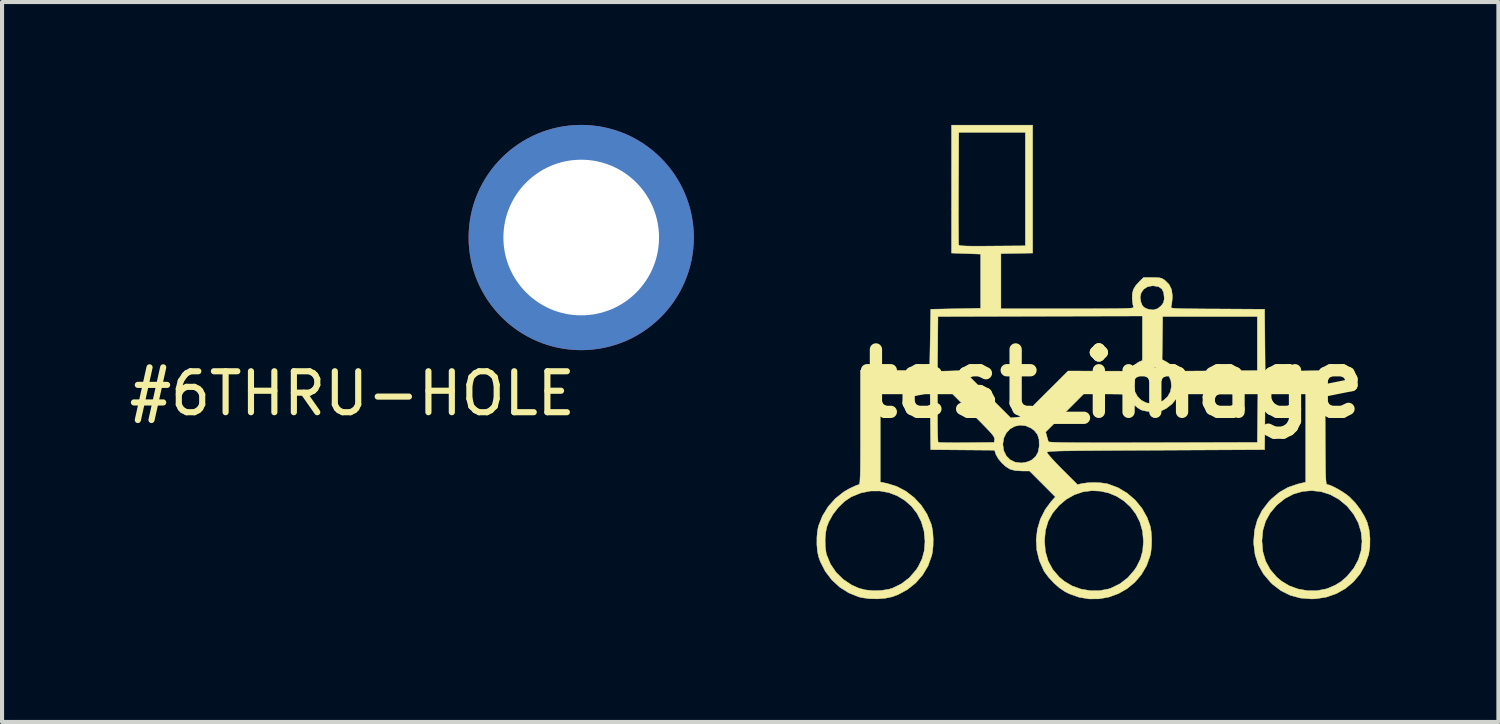
<source format=kicad_pcb>
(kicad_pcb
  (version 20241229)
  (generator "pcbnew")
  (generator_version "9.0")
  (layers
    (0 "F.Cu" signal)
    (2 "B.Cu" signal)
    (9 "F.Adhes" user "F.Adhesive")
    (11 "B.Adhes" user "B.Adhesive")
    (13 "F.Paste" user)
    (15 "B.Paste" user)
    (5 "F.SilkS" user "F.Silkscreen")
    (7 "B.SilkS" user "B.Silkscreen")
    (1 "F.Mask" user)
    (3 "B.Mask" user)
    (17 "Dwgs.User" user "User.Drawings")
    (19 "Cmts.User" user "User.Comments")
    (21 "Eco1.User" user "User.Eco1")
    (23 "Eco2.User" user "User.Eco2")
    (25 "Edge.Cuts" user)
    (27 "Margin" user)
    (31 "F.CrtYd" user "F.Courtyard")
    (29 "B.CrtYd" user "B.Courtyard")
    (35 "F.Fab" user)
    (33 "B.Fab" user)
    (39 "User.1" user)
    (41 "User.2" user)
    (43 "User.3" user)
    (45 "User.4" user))
  (footprint "#6THRU-HOLE"
    (layer "F.Cu")
    (at 11.142 2.75)
    (property "Reference" "#6THRU-HOLE" (at -5.588 3.81 0) (layer "F.SilkS") (effects (font (size 1 1) (thickness 0.15))))
    (attr through_hole)
    (pad "" np_thru_hole circle (at 0 0) (size 5.5 5.5) (drill 3.8) (layers "*.Cu" "*.Mask")))
  (footprint "test_image"
    (layer "F.Cu")
    (at 24.108 6.317)
    (property "Reference" "test_image" (at 0 0 0) (layer "F.SilkS") (effects (font (size 1.524 1.524) (thickness 0.3))))
    (attr through_hole)
    (fp_poly (pts (xy -1.943 -3.188) (xy -2.33 -3.181) (xy -2.718 -3.174) (xy -2.718 -1.829) (xy -1.089 -1.829) (xy -0.762 -1.829) (xy -0.481 -1.829) (xy -0.244 -1.83) (xy -0.047 -1.831) (xy 0.114 -1.832) (xy 0.242 -1.834) (xy 0.34 -1.837) (xy 0.413 -1.84) (xy 0.464 -1.844) (xy 0.496 -1.849) (xy 0.514 -1.856) (xy 0.52 -1.863) (xy 0.519 -1.872) (xy 0.518 -1.873) (xy 0.506 -1.922) (xy 0.495 -2.001) (xy 0.488 -2.074) (xy 0.489 -2.107) (xy 0.682 -2.107) (xy 0.7 -1.995) (xy 0.732 -1.915) (xy 0.769 -1.868) (xy 0.829 -1.835) (xy 0.878 -1.817) (xy 0.998 -1.799) (xy 1.106 -1.829) (xy 1.2 -1.905) (xy 1.25 -1.976) (xy 1.269 -2.057) (xy 1.27 -2.095) (xy 1.256 -2.223) (xy 1.213 -2.311) (xy 1.135 -2.365) (xy 1.019 -2.386) (xy 0.977 -2.388) (xy 0.861 -2.365) (xy 0.768 -2.305) (xy 0.706 -2.215) (xy 0.682 -2.107) (xy 0.489 -2.107) (xy 0.49 -2.199) (xy 0.518 -2.302) (xy 0.578 -2.399) (xy 0.664 -2.493) (xy 0.764 -2.591) (xy 0.981 -2.591) (xy 1.09 -2.589) (xy 1.164 -2.582) (xy 1.217 -2.567) (xy 1.264 -2.539) (xy 1.286 -2.523) (xy 1.389 -2.42) (xy 1.449 -2.297) (xy 1.469 -2.148) (xy 1.467 -2.085) (xy 1.458 -1.992) (xy 1.447 -1.914) (xy 1.436 -1.874) (xy 1.434 -1.863) (xy 1.441 -1.854) (xy 1.46 -1.847) (xy 1.496 -1.841) (xy 1.553 -1.837) (xy 1.636 -1.833) (xy 1.749 -1.83) (xy 1.896 -1.828) (xy 2.081 -1.826) (xy 2.308 -1.824) (xy 2.569 -1.823) (xy 3.721 -1.816) (xy 3.728 -1.057) (xy 3.735 -0.297) (xy 4.464 -0.307) (xy 5.194 -0.318) (xy 5.201 1.073) (xy 5.202 1.375) (xy 5.204 1.63) (xy 5.206 1.843) (xy 5.208 2.016) (xy 5.21 2.154) (xy 5.213 2.26) (xy 5.217 2.34) (xy 5.222 2.396) (xy 5.228 2.432) (xy 5.235 2.453) (xy 5.243 2.462) (xy 5.25 2.464) (xy 5.309 2.478) (xy 5.397 2.516) (xy 5.502 2.571) (xy 5.612 2.636) (xy 5.715 2.705) (xy 5.794 2.768) (xy 5.93 2.907) (xy 6.057 3.073) (xy 6.162 3.247) (xy 6.227 3.391) (xy 6.273 3.571) (xy 6.294 3.776) (xy 6.291 3.985) (xy 6.262 4.173) (xy 6.177 4.422) (xy 6.051 4.646) (xy 5.889 4.841) (xy 5.695 5.003) (xy 5.474 5.128) (xy 5.23 5.213) (xy 4.969 5.254) (xy 4.865 5.258) (xy 4.595 5.236) (xy 4.347 5.169) (xy 4.121 5.057) (xy 3.913 4.898) (xy 3.863 4.849) (xy 3.692 4.646) (xy 3.567 4.424) (xy 3.489 4.182) (xy 3.456 3.918) (xy 3.454 3.848) (xy 3.656 3.848) (xy 3.678 4.103) (xy 3.745 4.333) (xy 3.857 4.539) (xy 4.014 4.722) (xy 4.135 4.824) (xy 4.326 4.938) (xy 4.542 5.016) (xy 4.77 5.056) (xy 4.999 5.056) (xy 5.218 5.014) (xy 5.273 4.996) (xy 5.443 4.923) (xy 5.584 4.837) (xy 5.718 4.721) (xy 5.74 4.699) (xy 5.898 4.508) (xy 6.01 4.3) (xy 6.077 4.08) (xy 6.1 3.853) (xy 6.077 3.626) (xy 6.01 3.404) (xy 5.897 3.193) (xy 5.741 2.999) (xy 5.727 2.985) (xy 5.534 2.825) (xy 5.324 2.709) (xy 5.103 2.639) (xy 4.876 2.613) (xy 4.649 2.632) (xy 4.428 2.696) (xy 4.219 2.805) (xy 4.027 2.959) (xy 4.013 2.972) (xy 3.856 3.158) (xy 3.746 3.358) (xy 3.68 3.578) (xy 3.656 3.824) (xy 3.656 3.848) (xy 3.454 3.848) (xy 3.476 3.578) (xy 3.543 3.33) (xy 3.656 3.102) (xy 3.816 2.891) (xy 3.885 2.819) (xy 4.081 2.654) (xy 4.292 2.534) (xy 4.528 2.453) (xy 4.54 2.45) (xy 4.724 2.406) (xy 4.724 0.254) (xy 3.735 0.254) (xy 3.728 0.933) (xy 3.721 1.613) (xy 1.067 1.626) (xy 0.638 1.628) (xy 0.257 1.63) (xy -0.079 1.632) (xy -0.373 1.634) (xy -0.626 1.636) (xy -0.843 1.638) (xy -1.026 1.641) (xy -1.177 1.643) (xy -1.3 1.646) (xy -1.397 1.65) (xy -1.471 1.654) (xy -1.525 1.658) (xy -1.561 1.663) (xy -1.583 1.668) (xy -1.593 1.674) (xy -1.594 1.676) (xy -1.579 1.705) (xy -1.532 1.764) (xy -1.459 1.846) (xy -1.365 1.947) (xy -1.255 2.06) (xy -1.225 2.09) (xy -0.848 2.466) (xy -0.735 2.44) (xy -0.599 2.421) (xy -0.438 2.415) (xy -0.274 2.423) (xy -0.13 2.444) (xy -0.102 2.451) (xy 0.141 2.541) (xy 0.364 2.674) (xy 0.561 2.844) (xy 0.726 3.045) (xy 0.853 3.272) (xy 0.928 3.481) (xy 0.952 3.62) (xy 0.963 3.788) (xy 0.96 3.962) (xy 0.943 4.123) (xy 0.926 4.202) (xy 0.838 4.448) (xy 0.711 4.665) (xy 0.551 4.852) (xy 0.363 5.007) (xy 0.153 5.127) (xy -0.075 5.211) (xy -0.314 5.255) (xy -0.56 5.258) (xy -0.808 5.217) (xy -1.051 5.131) (xy -1.161 5.075) (xy -1.292 4.985) (xy -1.428 4.865) (xy -1.553 4.73) (xy -1.652 4.597) (xy -1.671 4.565) (xy -1.779 4.323) (xy -1.841 4.07) (xy -1.854 3.848) (xy -1.653 3.848) (xy -1.631 4.103) (xy -1.564 4.333) (xy -1.452 4.539) (xy -1.295 4.722) (xy -1.174 4.824) (xy -0.981 4.939) (xy -0.764 5.017) (xy -0.534 5.056) (xy -0.302 5.055) (xy -0.082 5.012) (xy -0.032 4.995) (xy 0.188 4.888) (xy 0.382 4.738) (xy 0.544 4.55) (xy 0.596 4.471) (xy 0.69 4.281) (xy 0.744 4.082) (xy 0.762 3.859) (xy 0.762 3.846) (xy 0.74 3.602) (xy 0.676 3.38) (xy 0.576 3.182) (xy 0.445 3.01) (xy 0.288 2.866) (xy 0.11 2.752) (xy -0.084 2.671) (xy -0.29 2.625) (xy -0.501 2.615) (xy -0.714 2.643) (xy -0.923 2.713) (xy -1.122 2.826) (xy -1.295 2.972) (xy -1.453 3.158) (xy -1.563 3.358) (xy -1.629 3.578) (xy -1.653 3.824) (xy -1.653 3.848) (xy -1.854 3.848) (xy -1.857 3.811) (xy -1.827 3.555) (xy -1.753 3.306) (xy -1.635 3.073) (xy -1.494 2.883) (xy -1.389 2.765) (xy -1.704 2.449) (xy -2.019 2.134) (xy -2.209 2.133) (xy -2.368 2.123) (xy -2.487 2.092) (xy -2.502 2.086) (xy -2.599 2.025) (xy -2.697 1.936) (xy -2.781 1.834) (xy -2.837 1.736) (xy -2.843 1.719) (xy -2.874 1.626) (xy -4.432 1.613) (xy -4.434 1.483) (xy -2.671 1.483) (xy -2.649 1.637) (xy -2.587 1.764) (xy -2.492 1.86) (xy -2.368 1.919) (xy -2.222 1.937) (xy -2.121 1.924) (xy -2.038 1.899) (xy -1.966 1.864) (xy -1.957 1.858) (xy -1.867 1.775) (xy -1.812 1.677) (xy -1.786 1.551) (xy -1.783 1.514) (xy -1.787 1.363) (xy -1.825 1.243) (xy -1.874 1.181) (xy -1.625 1.181) (xy -1.597 1.283) (xy -1.577 1.355) (xy -1.562 1.408) (xy -1.56 1.416) (xy -1.549 1.422) (xy -1.518 1.426) (xy -1.465 1.43) (xy -1.387 1.434) (xy -1.282 1.437) (xy -1.146 1.439) (xy -0.978 1.441) (xy -0.775 1.442) (xy -0.534 1.443) (xy -0.254 1.443) (xy 0.069 1.443) (xy 0.437 1.443) (xy 0.852 1.442) (xy 0.996 1.442) (xy 3.543 1.435) (xy 3.557 0.254) (xy 1.63 0.254) (xy 1.566 0.364) (xy 1.461 0.496) (xy 1.322 0.604) (xy 1.233 0.649) (xy 1.129 0.675) (xy 0.998 0.685) (xy 0.862 0.678) (xy 0.743 0.655) (xy 0.699 0.638) (xy 0.621 0.59) (xy 0.536 0.519) (xy 0.456 0.437) (xy 0.395 0.359) (xy 0.369 0.308) (xy 0.362 0.29) (xy 0.349 0.277) (xy 0.323 0.267) (xy 0.277 0.26) (xy 0.206 0.257) (xy 0.101 0.255) (xy -0.042 0.254) (xy -0.173 0.254) (xy -0.699 0.254) (xy -1.625 1.181) (xy -1.874 1.181) (xy -1.901 1.147) (xy -1.978 1.089) (xy -2.114 1.029) (xy -2.25 1.015) (xy -2.379 1.042) (xy -2.493 1.106) (xy -2.585 1.203) (xy -2.647 1.327) (xy -2.671 1.476) (xy -2.671 1.483) (xy -4.434 1.483) (xy -4.446 0.254) (xy -4.267 0.254) (xy -4.267 0.834) (xy -4.266 1.001) (xy -4.264 1.15) (xy -4.261 1.275) (xy -4.257 1.368) (xy -4.253 1.421) (xy -4.25 1.431) (xy -4.221 1.436) (xy -4.148 1.439) (xy -4.038 1.442) (xy -3.897 1.443) (xy -3.733 1.443) (xy -3.558 1.442) (xy -2.883 1.435) (xy -2.874 1.361) (xy -2.875 1.337) (xy -2.885 1.308) (xy -2.907 1.271) (xy -2.946 1.221) (xy -3.006 1.155) (xy -3.09 1.066) (xy -3.201 0.952) (xy -3.345 0.808) (xy -3.382 0.771) (xy -3.898 0.254) (xy -4.267 0.254) (xy -4.446 0.254) (xy -5.664 0.254) (xy -5.664 2.403) (xy -5.505 2.435) (xy -5.264 2.509) (xy -5.04 2.627) (xy -4.837 2.783) (xy -4.662 2.972) (xy -4.523 3.187) (xy -4.423 3.423) (xy -4.406 3.481) (xy -4.382 3.62) (xy -4.371 3.788) (xy -4.374 3.962) (xy -4.391 4.123) (xy -4.408 4.202) (xy -4.497 4.449) (xy -4.63 4.673) (xy -4.8 4.868) (xy -5.003 5.03) (xy -5.235 5.155) (xy -5.374 5.206) (xy -5.542 5.241) (xy -5.736 5.256) (xy -5.935 5.251) (xy -6.119 5.225) (xy -6.19 5.207) (xy -6.433 5.11) (xy -6.654 4.97) (xy -6.847 4.792) (xy -7.006 4.584) (xy -7.127 4.348) (xy -7.173 4.218) (xy -7.199 4.087) (xy -7.212 3.926) (xy -7.211 3.808) (xy -7.01 3.808) (xy -7.006 3.976) (xy -6.987 4.126) (xy -6.973 4.182) (xy -6.88 4.406) (xy -6.744 4.607) (xy -6.57 4.779) (xy -6.363 4.917) (xy -6.187 4.996) (xy -6.023 5.038) (xy -5.832 5.056) (xy -5.636 5.051) (xy -5.454 5.021) (xy -5.366 4.995) (xy -5.146 4.888) (xy -4.952 4.738) (xy -4.79 4.55) (xy -4.738 4.471) (xy -4.644 4.281) (xy -4.59 4.082) (xy -4.572 3.859) (xy -4.572 3.846) (xy -4.595 3.6) (xy -4.661 3.374) (xy -4.764 3.172) (xy -4.9 2.996) (xy -5.065 2.851) (xy -5.252 2.738) (xy -5.458 2.66) (xy -5.677 2.621) (xy -5.905 2.623) (xy -6.136 2.669) (xy -6.366 2.762) (xy -6.374 2.766) (xy -6.535 2.875) (xy -6.687 3.021) (xy -6.82 3.193) (xy -6.923 3.378) (xy -6.971 3.505) (xy -6.998 3.644) (xy -7.01 3.808) (xy -7.211 3.808) (xy -7.211 3.756) (xy -7.197 3.597) (xy -7.173 3.478) (xy -7.075 3.231) (xy -6.936 3.004) (xy -6.761 2.807) (xy -6.556 2.644) (xy -6.42 2.565) (xy -6.325 2.52) (xy -6.245 2.485) (xy -6.193 2.466) (xy -6.182 2.464) (xy -6.174 2.457) (xy -6.168 2.435) (xy -6.162 2.393) (xy -6.158 2.329) (xy -6.154 2.237) (xy -6.151 2.116) (xy -6.149 1.96) (xy -6.148 1.767) (xy -6.147 1.532) (xy -6.147 1.253) (xy -6.147 1.069) (xy -6.147 -0.301) (xy -4.268 -0.301) (xy -3.95 -0.309) (xy -3.632 -0.318) (xy -3.055 0.26) (xy -2.478 0.837) (xy -2.337 0.822) (xy -2.197 0.807) (xy -1.638 0.25) (xy -1.453 0.066) (xy 0.53 0.066) (xy 0.556 0.202) (xy 0.619 0.317) (xy 0.711 0.407) (xy 0.825 0.467) (xy 0.956 0.492) (xy 1.095 0.478) (xy 1.237 0.419) (xy 1.249 0.412) (xy 1.352 0.32) (xy 1.419 0.202) (xy 1.446 0.068) (xy 1.433 -0.071) (xy 1.377 -0.203) (xy 1.375 -0.206) (xy 1.282 -0.315) (xy 1.167 -0.38) (xy 1.022 -0.406) (xy 0.992 -0.406) (xy 0.832 -0.387) (xy 0.705 -0.329) (xy 0.61 -0.233) (xy 0.55 -0.099) (xy 0.546 -0.086) (xy 0.53 0.066) (xy -1.453 0.066) (xy -1.078 -0.308) (xy -0.342 -0.306) (xy 0.395 -0.303) (xy 0.493 -0.404) (xy 0.563 -0.468) (xy 0.632 -0.518) (xy 0.664 -0.535) (xy 0.737 -0.565) (xy 0.737 -0.586) (xy 1.218 -0.586) (xy 1.319 -0.534) (xy 1.403 -0.479) (xy 1.479 -0.408) (xy 1.491 -0.394) (xy 1.562 -0.304) (xy 3.543 -0.318) (xy 3.543 -1.638) (xy 1.232 -1.638) (xy 1.218 -0.586) (xy 0.737 -0.586) (xy 0.737 -1.651) (xy -1.759 -1.645) (xy -4.255 -1.638) (xy -4.261 -0.969) (xy -4.268 -0.301) (xy -6.147 -0.301) (xy -6.147 -0.327) (xy -4.458 -0.318) (xy -4.432 -1.816) (xy -3.213 -1.841) (xy -3.213 -3.162) (xy -3.924 -3.188) (xy -3.924 -4.049) (xy -3.755 -4.049) (xy -3.754 -3.849) (xy -3.753 -3.679) (xy -3.752 -3.543) (xy -3.751 -3.446) (xy -3.749 -3.393) (xy -3.747 -3.384) (xy -3.733 -3.375) (xy -3.696 -3.368) (xy -3.631 -3.363) (xy -3.535 -3.359) (xy -3.402 -3.357) (xy -3.228 -3.357) (xy -3.01 -3.358) (xy -2.928 -3.359) (xy -2.121 -3.365) (xy -2.121 -6.134) (xy -3.747 -6.134) (xy -3.753 -4.775) (xy -3.754 -4.517) (xy -3.755 -4.273) (xy -3.755 -4.049) (xy -3.924 -4.049) (xy -3.924 -6.312) (xy -1.943 -6.312) (xy -1.943 -3.188)) (stroke (width 0.01) (type solid)) (fill yes) (layer "F.SilkS")))
  (gr_rect
    (start -3 -3)
    (end 33.538 14.58)
    (stroke (width 0.1) (type default))
    (fill no)
    (layer "Edge.Cuts")))
</source>
